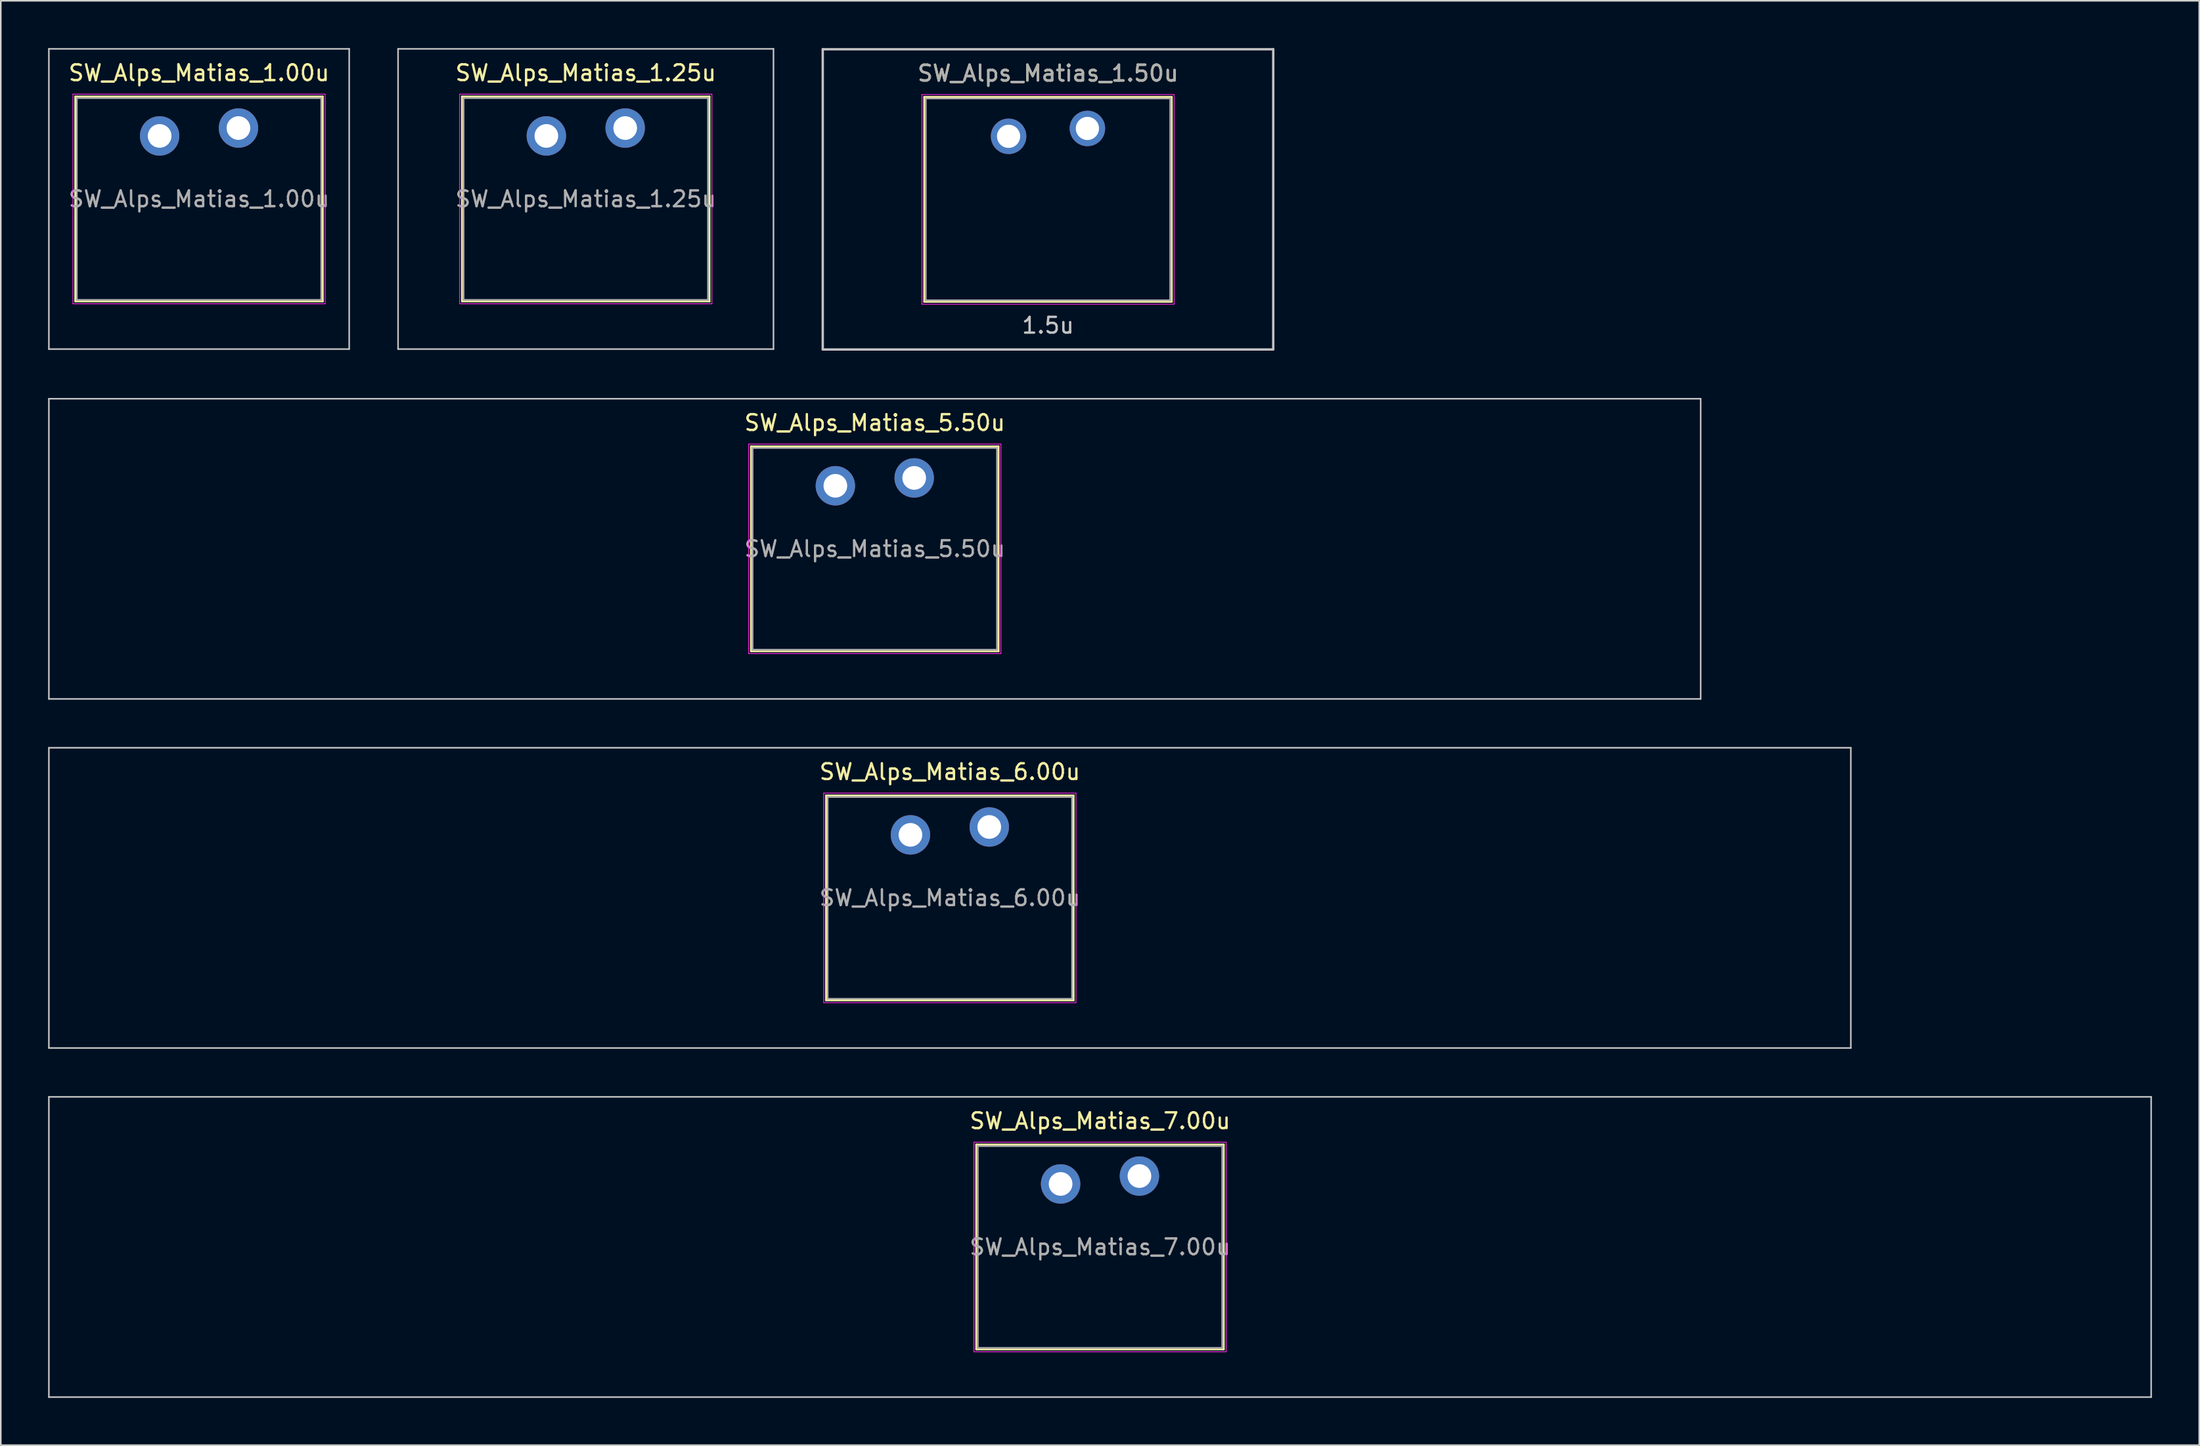
<source format=kicad_pcb>
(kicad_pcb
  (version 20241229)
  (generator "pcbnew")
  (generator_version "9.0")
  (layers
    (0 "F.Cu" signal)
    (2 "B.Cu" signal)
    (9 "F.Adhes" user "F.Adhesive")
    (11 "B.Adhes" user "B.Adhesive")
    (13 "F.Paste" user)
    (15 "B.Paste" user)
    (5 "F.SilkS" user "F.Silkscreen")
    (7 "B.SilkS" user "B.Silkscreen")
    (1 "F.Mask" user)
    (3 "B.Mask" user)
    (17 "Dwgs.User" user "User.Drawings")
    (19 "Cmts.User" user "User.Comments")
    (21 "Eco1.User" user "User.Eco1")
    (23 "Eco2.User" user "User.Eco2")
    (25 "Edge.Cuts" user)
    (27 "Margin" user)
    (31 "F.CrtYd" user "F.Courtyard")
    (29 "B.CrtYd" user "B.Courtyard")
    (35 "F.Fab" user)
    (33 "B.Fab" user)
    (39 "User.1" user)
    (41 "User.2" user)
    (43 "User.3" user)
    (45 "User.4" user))
  (footprint "SW_Alps_Matias_5.50u"
    (layer "F.Cu")
    (at 52.438 31.775)
    (property "Reference" "SW_Alps_Matias_5.50u" (at 0 -8 0) (layer "F.SilkS") (effects (font (size 1 1) (thickness 0.15))))
    (attr through_hole)
    (fp_line (start -7.85 -6.5) (end -7.85 6.5) (stroke (width 0.12) (type solid)) (layer "F.SilkS"))
    (fp_line (start -7.85 6.5) (end 7.85 6.5) (stroke (width 0.12) (type solid)) (layer "F.SilkS"))
    (fp_line (start 7.85 -6.5) (end -7.85 -6.5) (stroke (width 0.12) (type solid)) (layer "F.SilkS"))
    (fp_line (start 7.85 6.5) (end 7.85 -6.5) (stroke (width 0.12) (type solid)) (layer "F.SilkS"))
    (fp_line (start -52.388 -9.525) (end -52.388 9.525) (stroke (width 0.1) (type solid)) (layer "Dwgs.User"))
    (fp_line (start -52.388 9.525) (end 52.388 9.525) (stroke (width 0.1) (type solid)) (layer "Dwgs.User"))
    (fp_line (start 52.388 -9.525) (end -52.388 -9.525) (stroke (width 0.1) (type solid)) (layer "Dwgs.User"))
    (fp_line (start 52.388 9.525) (end 52.388 -9.525) (stroke (width 0.1) (type solid)) (layer "Dwgs.User"))
    (fp_line (start -8 -6.65) (end -8 6.65) (stroke (width 0.05) (type solid)) (layer "F.CrtYd"))
    (fp_line (start -8 6.65) (end 8 6.65) (stroke (width 0.05) (type solid)) (layer "F.CrtYd"))
    (fp_line (start 8 -6.65) (end -8 -6.65) (stroke (width 0.05) (type solid)) (layer "F.CrtYd"))
    (fp_line (start 8 6.65) (end 8 -6.65) (stroke (width 0.05) (type solid)) (layer "F.CrtYd"))
    (fp_line (start -7.75 -6.4) (end -7.75 6.4) (stroke (width 0.1) (type solid)) (layer "F.Fab"))
    (fp_line (start -7.75 6.4) (end 7.75 6.4) (stroke (width 0.1) (type solid)) (layer "F.Fab"))
    (fp_line (start 7.75 -6.4) (end -7.75 -6.4) (stroke (width 0.1) (type solid)) (layer "F.Fab"))
    (fp_line (start 7.75 6.4) (end 7.75 -6.4) (stroke (width 0.1) (type solid)) (layer "F.Fab"))
    (fp_text user "${REFERENCE}" (at 0 0 0) (layer "F.Fab") (effects (font (size 1 1) (thickness 0.15))))
    (pad "1" thru_hole circle (at 2.5 -4.5) (size 2.5 2.5) (drill 1.5) (layers "*.Cu" "B.Mask"))
    (pad "2" thru_hole circle (at -2.5 -4) (size 2.5 2.5) (drill 1.5) (layers "*.Cu" "B.Mask")))
  (footprint "SW_Alps_Matias_1.00u"
    (layer "F.Cu")
    (at 9.575 9.575)
    (property "Reference" "SW_Alps_Matias_1.00u" (at 0 -8 0) (layer "F.SilkS") (effects (font (size 1 1) (thickness 0.15))))
    (attr through_hole)
    (fp_line (start -7.85 -6.5) (end -7.85 6.5) (stroke (width 0.12) (type solid)) (layer "F.SilkS"))
    (fp_line (start -7.85 6.5) (end 7.85 6.5) (stroke (width 0.12) (type solid)) (layer "F.SilkS"))
    (fp_line (start 7.85 -6.5) (end -7.85 -6.5) (stroke (width 0.12) (type solid)) (layer "F.SilkS"))
    (fp_line (start 7.85 6.5) (end 7.85 -6.5) (stroke (width 0.12) (type solid)) (layer "F.SilkS"))
    (fp_line (start -9.525 -9.525) (end -9.525 9.525) (stroke (width 0.1) (type solid)) (layer "Dwgs.User"))
    (fp_line (start -9.525 9.525) (end 9.525 9.525) (stroke (width 0.1) (type solid)) (layer "Dwgs.User"))
    (fp_line (start 9.525 -9.525) (end -9.525 -9.525) (stroke (width 0.1) (type solid)) (layer "Dwgs.User"))
    (fp_line (start 9.525 9.525) (end 9.525 -9.525) (stroke (width 0.1) (type solid)) (layer "Dwgs.User"))
    (fp_line (start -8 -6.65) (end -8 6.65) (stroke (width 0.05) (type solid)) (layer "F.CrtYd"))
    (fp_line (start -8 6.65) (end 8 6.65) (stroke (width 0.05) (type solid)) (layer "F.CrtYd"))
    (fp_line (start 8 -6.65) (end -8 -6.65) (stroke (width 0.05) (type solid)) (layer "F.CrtYd"))
    (fp_line (start 8 6.65) (end 8 -6.65) (stroke (width 0.05) (type solid)) (layer "F.CrtYd"))
    (fp_line (start -7.75 -6.4) (end -7.75 6.4) (stroke (width 0.1) (type solid)) (layer "F.Fab"))
    (fp_line (start -7.75 6.4) (end 7.75 6.4) (stroke (width 0.1) (type solid)) (layer "F.Fab"))
    (fp_line (start 7.75 -6.4) (end -7.75 -6.4) (stroke (width 0.1) (type solid)) (layer "F.Fab"))
    (fp_line (start 7.75 6.4) (end 7.75 -6.4) (stroke (width 0.1) (type solid)) (layer "F.Fab"))
    (fp_text user "${REFERENCE}" (at 0 0 0) (layer "F.Fab") (effects (font (size 1 1) (thickness 0.15))))
    (pad "1" thru_hole circle (at 2.5 -4.5) (size 2.5 2.5) (drill 1.5) (layers "*.Cu" "B.Mask"))
    (pad "2" thru_hole circle (at -2.5 -4) (size 2.5 2.5) (drill 1.5) (layers "*.Cu" "B.Mask")))
  (footprint "SW_Alps_Matias_1.25u"
    (layer "F.Cu")
    (at 34.106 9.575)
    (property "Reference" "SW_Alps_Matias_1.25u" (at 0 -8 0) (layer "F.SilkS") (effects (font (size 1 1) (thickness 0.15))))
    (attr through_hole)
    (fp_line (start -7.85 -6.5) (end -7.85 6.5) (stroke (width 0.12) (type solid)) (layer "F.SilkS"))
    (fp_line (start -7.85 6.5) (end 7.85 6.5) (stroke (width 0.12) (type solid)) (layer "F.SilkS"))
    (fp_line (start 7.85 -6.5) (end -7.85 -6.5) (stroke (width 0.12) (type solid)) (layer "F.SilkS"))
    (fp_line (start 7.85 6.5) (end 7.85 -6.5) (stroke (width 0.12) (type solid)) (layer "F.SilkS"))
    (fp_line (start -11.906 -9.525) (end -11.906 9.525) (stroke (width 0.1) (type solid)) (layer "Dwgs.User"))
    (fp_line (start -11.906 9.525) (end 11.906 9.525) (stroke (width 0.1) (type solid)) (layer "Dwgs.User"))
    (fp_line (start 11.906 -9.525) (end -11.906 -9.525) (stroke (width 0.1) (type solid)) (layer "Dwgs.User"))
    (fp_line (start 11.906 9.525) (end 11.906 -9.525) (stroke (width 0.1) (type solid)) (layer "Dwgs.User"))
    (fp_line (start -8 -6.65) (end -8 6.65) (stroke (width 0.05) (type solid)) (layer "F.CrtYd"))
    (fp_line (start -8 6.65) (end 8 6.65) (stroke (width 0.05) (type solid)) (layer "F.CrtYd"))
    (fp_line (start 8 -6.65) (end -8 -6.65) (stroke (width 0.05) (type solid)) (layer "F.CrtYd"))
    (fp_line (start 8 6.65) (end 8 -6.65) (stroke (width 0.05) (type solid)) (layer "F.CrtYd"))
    (fp_line (start -7.75 -6.4) (end -7.75 6.4) (stroke (width 0.1) (type solid)) (layer "F.Fab"))
    (fp_line (start -7.75 6.4) (end 7.75 6.4) (stroke (width 0.1) (type solid)) (layer "F.Fab"))
    (fp_line (start 7.75 -6.4) (end -7.75 -6.4) (stroke (width 0.1) (type solid)) (layer "F.Fab"))
    (fp_line (start 7.75 6.4) (end 7.75 -6.4) (stroke (width 0.1) (type solid)) (layer "F.Fab"))
    (fp_text user "${REFERENCE}" (at 0 0 0) (layer "F.Fab") (effects (font (size 1 1) (thickness 0.15))))
    (pad "1" thru_hole circle (at 2.5 -4.5) (size 2.5 2.5) (drill 1.5) (layers "*.Cu" "B.Mask"))
    (pad "2" thru_hole circle (at -2.5 -4) (size 2.5 2.5) (drill 1.5) (layers "*.Cu" "B.Mask")))
  (footprint "SW_Alps_Matias_7.00u"
    (layer "F.Cu")
    (at 66.725 76.075)
    (property "Reference" "SW_Alps_Matias_7.00u" (at 0 -8 0) (layer "F.SilkS") (effects (font (size 1 1) (thickness 0.15))))
    (attr through_hole)
    (fp_line (start -7.85 -6.5) (end -7.85 6.5) (stroke (width 0.12) (type solid)) (layer "F.SilkS"))
    (fp_line (start -7.85 6.5) (end 7.85 6.5) (stroke (width 0.12) (type solid)) (layer "F.SilkS"))
    (fp_line (start 7.85 -6.5) (end -7.85 -6.5) (stroke (width 0.12) (type solid)) (layer "F.SilkS"))
    (fp_line (start 7.85 6.5) (end 7.85 -6.5) (stroke (width 0.12) (type solid)) (layer "F.SilkS"))
    (fp_line (start -66.675 -9.525) (end -66.675 9.525) (stroke (width 0.1) (type solid)) (layer "Dwgs.User"))
    (fp_line (start -66.675 9.525) (end 66.675 9.525) (stroke (width 0.1) (type solid)) (layer "Dwgs.User"))
    (fp_line (start 66.675 -9.525) (end -66.675 -9.525) (stroke (width 0.1) (type solid)) (layer "Dwgs.User"))
    (fp_line (start 66.675 9.525) (end 66.675 -9.525) (stroke (width 0.1) (type solid)) (layer "Dwgs.User"))
    (fp_line (start -8 -6.65) (end -8 6.65) (stroke (width 0.05) (type solid)) (layer "F.CrtYd"))
    (fp_line (start -8 6.65) (end 8 6.65) (stroke (width 0.05) (type solid)) (layer "F.CrtYd"))
    (fp_line (start 8 -6.65) (end -8 -6.65) (stroke (width 0.05) (type solid)) (layer "F.CrtYd"))
    (fp_line (start 8 6.65) (end 8 -6.65) (stroke (width 0.05) (type solid)) (layer "F.CrtYd"))
    (fp_line (start -7.75 -6.4) (end -7.75 6.4) (stroke (width 0.1) (type solid)) (layer "F.Fab"))
    (fp_line (start -7.75 6.4) (end 7.75 6.4) (stroke (width 0.1) (type solid)) (layer "F.Fab"))
    (fp_line (start 7.75 -6.4) (end -7.75 -6.4) (stroke (width 0.1) (type solid)) (layer "F.Fab"))
    (fp_line (start 7.75 6.4) (end 7.75 -6.4) (stroke (width 0.1) (type solid)) (layer "F.Fab"))
    (fp_text user "${REFERENCE}" (at 0 0 0) (layer "F.Fab") (effects (font (size 1 1) (thickness 0.15))))
    (pad "1" thru_hole circle (at 2.5 -4.5) (size 2.5 2.5) (drill 1.5) (layers "*.Cu" "B.Mask"))
    (pad "2" thru_hole circle (at -2.5 -4) (size 2.5 2.5) (drill 1.5) (layers "*.Cu" "B.Mask")))
  (footprint "SW_Alps_Matias_1.50u"
    (layer "F.Cu")
    (at 63.425 9.6)
    (property "Reference" "SW_Alps_Matias_1.50u" (at 0 -8 0) (layer "F.SilkS") (effects (font (size 1 1) (thickness 0.15))))
    (attr through_hole)
    (fp_line (start -7.85 -6.5) (end 7.85 -6.5) (stroke (width 0.12) (type solid)) (layer "F.SilkS"))
    (fp_line (start -7.85 6.5) (end -7.85 -6.5) (stroke (width 0.12) (type solid)) (layer "F.SilkS"))
    (fp_line (start 7.85 -6.5) (end 7.85 6.5) (stroke (width 0.12) (type solid)) (layer "F.SilkS"))
    (fp_line (start 7.85 6.5) (end -7.85 6.5) (stroke (width 0.12) (type solid)) (layer "F.SilkS"))
    (fp_line (start -14.287 -9.525) (end 14.287 -9.525) (stroke (width 0.15) (type solid)) (layer "Dwgs.User"))
    (fp_line (start -14.287 9.525) (end -14.287 -9.525) (stroke (width 0.15) (type solid)) (layer "Dwgs.User"))
    (fp_line (start -14.287 9.525) (end 14.287 9.525) (stroke (width 0.15) (type solid)) (layer "Dwgs.User"))
    (fp_line (start 14.287 -9.525) (end 14.287 9.525) (stroke (width 0.15) (type solid)) (layer "Dwgs.User"))
    (fp_line (start -8 -6.65) (end 8 -6.65) (stroke (width 0.05) (type solid)) (layer "F.CrtYd"))
    (fp_line (start -8 6.65) (end -8 -6.65) (stroke (width 0.05) (type solid)) (layer "F.CrtYd"))
    (fp_line (start 8 -6.65) (end 8 6.65) (stroke (width 0.05) (type solid)) (layer "F.CrtYd"))
    (fp_line (start 8 6.65) (end -8 6.65) (stroke (width 0.05) (type solid)) (layer "F.CrtYd"))
    (fp_line (start -7.75 -6.4) (end 7.75 -6.4) (stroke (width 0.1) (type solid)) (layer "F.Fab"))
    (fp_line (start -7.75 6.4) (end -7.75 -6.4) (stroke (width 0.1) (type solid)) (layer "F.Fab"))
    (fp_line (start 7.75 -6.4) (end 7.75 6.4) (stroke (width 0.1) (type solid)) (layer "F.Fab"))
    (fp_line (start 7.75 6.4) (end -7.75 6.4) (stroke (width 0.1) (type solid)) (layer "F.Fab"))
    (fp_text user "1.5u" (at 0 8 0) (layer "Dwgs.User") (effects (font (size 1 1) (thickness 0.15))))
    (fp_text user "${REFERENCE}" (at 0 -8 0) (layer "F.Fab") (effects (font (size 1 1) (thickness 0.15))))
    (pad "1" thru_hole circle (at 2.5 -4.5) (size 2.25 2.25) (drill 1.47) (layers "*.Cu" "B.Mask"))
    (pad "2" thru_hole circle (at -2.5 -4) (size 2.25 2.25) (drill 1.47) (layers "*.Cu" "B.Mask")))
  (footprint "SW_Alps_Matias_6.00u"
    (layer "F.Cu")
    (at 57.2 53.925)
    (property "Reference" "SW_Alps_Matias_6.00u" (at 0 -8 0) (layer "F.SilkS") (effects (font (size 1 1) (thickness 0.15))))
    (attr through_hole)
    (fp_line (start -7.85 -6.5) (end -7.85 6.5) (stroke (width 0.12) (type solid)) (layer "F.SilkS"))
    (fp_line (start -7.85 6.5) (end 7.85 6.5) (stroke (width 0.12) (type solid)) (layer "F.SilkS"))
    (fp_line (start 7.85 -6.5) (end -7.85 -6.5) (stroke (width 0.12) (type solid)) (layer "F.SilkS"))
    (fp_line (start 7.85 6.5) (end 7.85 -6.5) (stroke (width 0.12) (type solid)) (layer "F.SilkS"))
    (fp_line (start -57.15 -9.525) (end -57.15 9.525) (stroke (width 0.1) (type solid)) (layer "Dwgs.User"))
    (fp_line (start -57.15 9.525) (end 57.15 9.525) (stroke (width 0.1) (type solid)) (layer "Dwgs.User"))
    (fp_line (start 57.15 -9.525) (end -57.15 -9.525) (stroke (width 0.1) (type solid)) (layer "Dwgs.User"))
    (fp_line (start 57.15 9.525) (end 57.15 -9.525) (stroke (width 0.1) (type solid)) (layer "Dwgs.User"))
    (fp_line (start -8 -6.65) (end -8 6.65) (stroke (width 0.05) (type solid)) (layer "F.CrtYd"))
    (fp_line (start -8 6.65) (end 8 6.65) (stroke (width 0.05) (type solid)) (layer "F.CrtYd"))
    (fp_line (start 8 -6.65) (end -8 -6.65) (stroke (width 0.05) (type solid)) (layer "F.CrtYd"))
    (fp_line (start 8 6.65) (end 8 -6.65) (stroke (width 0.05) (type solid)) (layer "F.CrtYd"))
    (fp_line (start -7.75 -6.4) (end -7.75 6.4) (stroke (width 0.1) (type solid)) (layer "F.Fab"))
    (fp_line (start -7.75 6.4) (end 7.75 6.4) (stroke (width 0.1) (type solid)) (layer "F.Fab"))
    (fp_line (start 7.75 -6.4) (end -7.75 -6.4) (stroke (width 0.1) (type solid)) (layer "F.Fab"))
    (fp_line (start 7.75 6.4) (end 7.75 -6.4) (stroke (width 0.1) (type solid)) (layer "F.Fab"))
    (fp_text user "${REFERENCE}" (at 0 0 0) (layer "F.Fab") (effects (font (size 1 1) (thickness 0.15))))
    (pad "1" thru_hole circle (at 2.5 -4.5) (size 2.5 2.5) (drill 1.5) (layers "*.Cu" "B.Mask"))
    (pad "2" thru_hole circle (at -2.5 -4) (size 2.5 2.5) (drill 1.5) (layers "*.Cu" "B.Mask")))
  (gr_rect
    (start -3 -3)
    (end 136.45 88.65)
    (stroke (width 0.1) (type default))
    (fill no)
    (layer "Edge.Cuts")))
</source>
